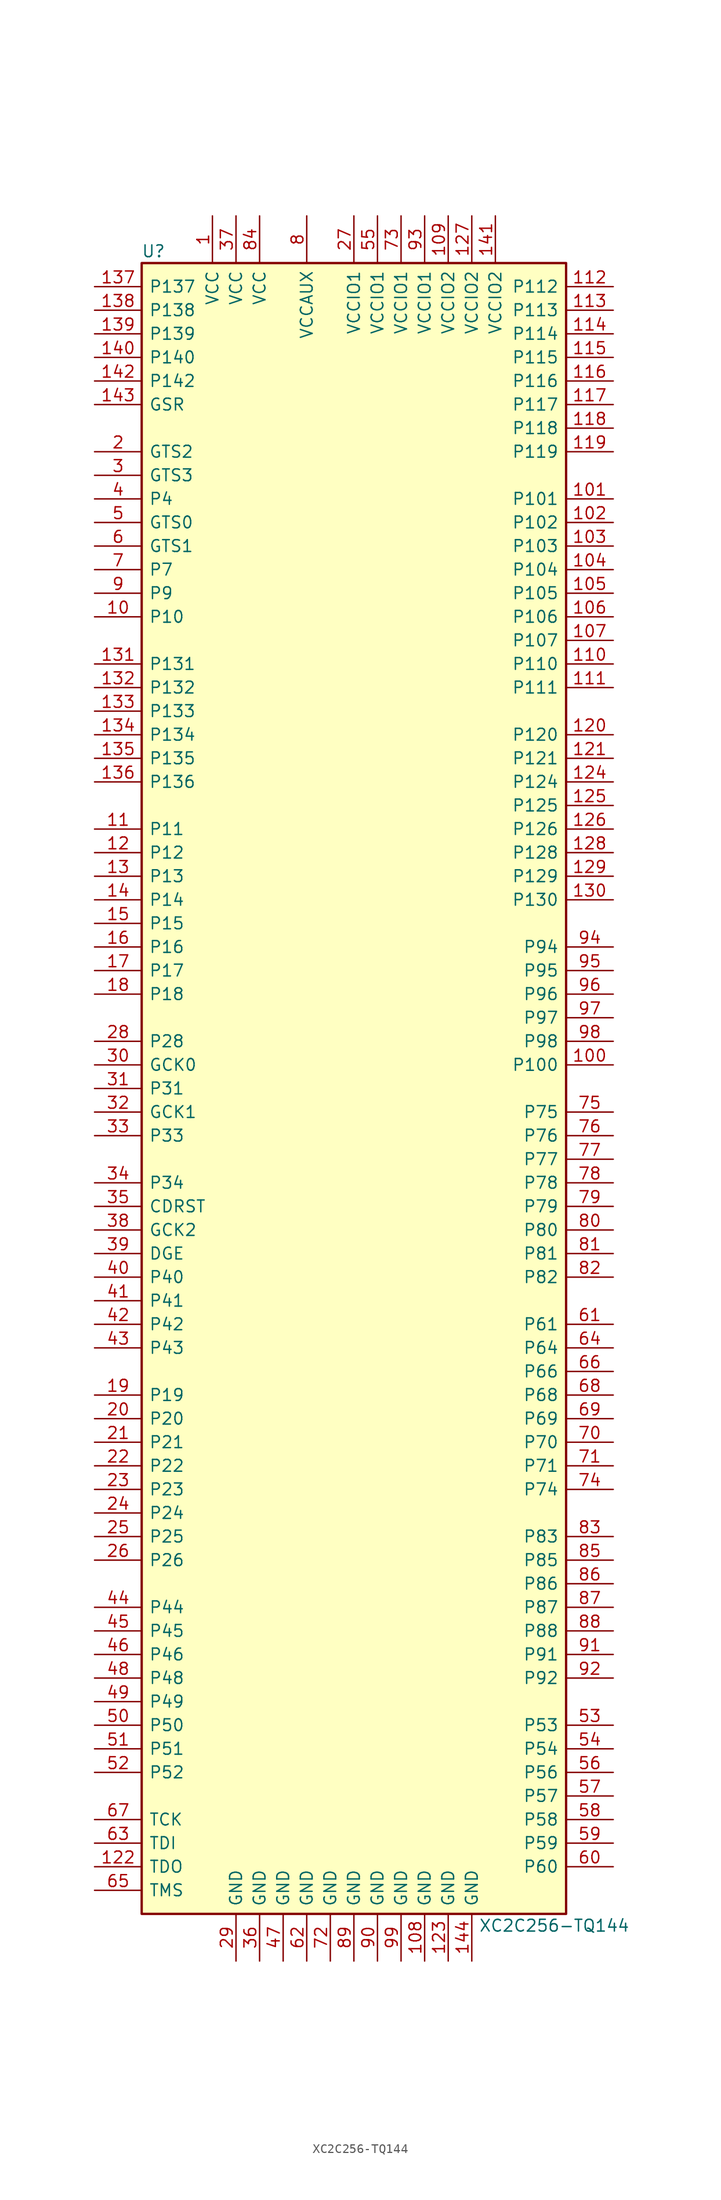
<source format=kicad_sym>
(kicad_symbol_lib
  (version 20201005)
  (generator kicad_symbol_editor)
  (symbol "XC2C256-TQ144"
    (pin_names
      (offset 0.762))
    (property "Reference" "U"
      (at -21.59 90.17 0)
      (effects (font (size 1.27 1.27))))
    (property "Value" "XC2C256-TQ144"
      (at 21.59 -90.17 0)
      (effects (font (size 1.27 1.27))))
    (symbol "XC2C256-TQ144_0_1"
      (rectangle (start -22.86 -88.9) (end 22.86 88.9) (stroke (width 0.254)) (fill (type background))))
    (symbol "XC2C256-TQ144_1_1"
      (pin power_in line (at -15.24 93.98 270) (length 5.08) (name "VCC" (effects (font (size 1.27 1.27)))) (number "1" (effects (font (size 1.27 1.27)))))
      (pin bidirectional line (at -27.94 50.8 0) (length 5.08) (name "P10" (effects (font (size 1.27 1.27)))) (number "10" (effects (font (size 1.27 1.27)))))
      (pin bidirectional line (at 27.94 2.54 180) (length 5.08) (name "P100" (effects (font (size 1.27 1.27)))) (number "100" (effects (font (size 1.27 1.27)))))
      (pin bidirectional line (at 27.94 63.5 180) (length 5.08) (name "P101" (effects (font (size 1.27 1.27)))) (number "101" (effects (font (size 1.27 1.27)))))
      (pin bidirectional line (at 27.94 60.96 180) (length 5.08) (name "P102" (effects (font (size 1.27 1.27)))) (number "102" (effects (font (size 1.27 1.27)))))
      (pin bidirectional line (at 27.94 58.42 180) (length 5.08) (name "P103" (effects (font (size 1.27 1.27)))) (number "103" (effects (font (size 1.27 1.27)))))
      (pin bidirectional line (at 27.94 55.88 180) (length 5.08) (name "P104" (effects (font (size 1.27 1.27)))) (number "104" (effects (font (size 1.27 1.27)))))
      (pin bidirectional line (at 27.94 53.34 180) (length 5.08) (name "P105" (effects (font (size 1.27 1.27)))) (number "105" (effects (font (size 1.27 1.27)))))
      (pin bidirectional line (at 27.94 50.8 180) (length 5.08) (name "P106" (effects (font (size 1.27 1.27)))) (number "106" (effects (font (size 1.27 1.27)))))
      (pin bidirectional line (at 27.94 48.26 180) (length 5.08) (name "P107" (effects (font (size 1.27 1.27)))) (number "107" (effects (font (size 1.27 1.27)))))
      (pin power_in line (at 7.62 -93.98 90) (length 5.08) (name "GND" (effects (font (size 1.27 1.27)))) (number "108" (effects (font (size 1.27 1.27)))))
      (pin power_in line (at 10.16 93.98 270) (length 5.08) (name "VCCIO2" (effects (font (size 1.27 1.27)))) (number "109" (effects (font (size 1.27 1.27)))))
      (pin bidirectional line (at -27.94 27.94 0) (length 5.08) (name "P11" (effects (font (size 1.27 1.27)))) (number "11" (effects (font (size 1.27 1.27)))))
      (pin bidirectional line (at 27.94 45.72 180) (length 5.08) (name "P110" (effects (font (size 1.27 1.27)))) (number "110" (effects (font (size 1.27 1.27)))))
      (pin bidirectional line (at 27.94 43.18 180) (length 5.08) (name "P111" (effects (font (size 1.27 1.27)))) (number "111" (effects (font (size 1.27 1.27)))))
      (pin bidirectional line (at 27.94 86.36 180) (length 5.08) (name "P112" (effects (font (size 1.27 1.27)))) (number "112" (effects (font (size 1.27 1.27)))))
      (pin bidirectional line (at 27.94 83.82 180) (length 5.08) (name "P113" (effects (font (size 1.27 1.27)))) (number "113" (effects (font (size 1.27 1.27)))))
      (pin bidirectional line (at 27.94 81.28 180) (length 5.08) (name "P114" (effects (font (size 1.27 1.27)))) (number "114" (effects (font (size 1.27 1.27)))))
      (pin bidirectional line (at 27.94 78.74 180) (length 5.08) (name "P115" (effects (font (size 1.27 1.27)))) (number "115" (effects (font (size 1.27 1.27)))))
      (pin bidirectional line (at 27.94 76.2 180) (length 5.08) (name "P116" (effects (font (size 1.27 1.27)))) (number "116" (effects (font (size 1.27 1.27)))))
      (pin bidirectional line (at 27.94 73.66 180) (length 5.08) (name "P117" (effects (font (size 1.27 1.27)))) (number "117" (effects (font (size 1.27 1.27)))))
      (pin bidirectional line (at 27.94 71.12 180) (length 5.08) (name "P118" (effects (font (size 1.27 1.27)))) (number "118" (effects (font (size 1.27 1.27)))))
      (pin bidirectional line (at 27.94 68.58 180) (length 5.08) (name "P119" (effects (font (size 1.27 1.27)))) (number "119" (effects (font (size 1.27 1.27)))))
      (pin bidirectional line (at -27.94 25.4 0) (length 5.08) (name "P12" (effects (font (size 1.27 1.27)))) (number "12" (effects (font (size 1.27 1.27)))))
      (pin bidirectional line (at 27.94 38.1 180) (length 5.08) (name "P120" (effects (font (size 1.27 1.27)))) (number "120" (effects (font (size 1.27 1.27)))))
      (pin bidirectional line (at 27.94 35.56 180) (length 5.08) (name "P121" (effects (font (size 1.27 1.27)))) (number "121" (effects (font (size 1.27 1.27)))))
      (pin bidirectional line (at -27.94 -83.82 0) (length 5.08) (name "TDO" (effects (font (size 1.27 1.27)))) (number "122" (effects (font (size 1.27 1.27)))))
      (pin power_in line (at 10.16 -93.98 90) (length 5.08) (name "GND" (effects (font (size 1.27 1.27)))) (number "123" (effects (font (size 1.27 1.27)))))
      (pin bidirectional line (at 27.94 33.02 180) (length 5.08) (name "P124" (effects (font (size 1.27 1.27)))) (number "124" (effects (font (size 1.27 1.27)))))
      (pin bidirectional line (at 27.94 30.48 180) (length 5.08) (name "P125" (effects (font (size 1.27 1.27)))) (number "125" (effects (font (size 1.27 1.27)))))
      (pin bidirectional line (at 27.94 27.94 180) (length 5.08) (name "P126" (effects (font (size 1.27 1.27)))) (number "126" (effects (font (size 1.27 1.27)))))
      (pin power_in line (at 12.7 93.98 270) (length 5.08) (name "VCCIO2" (effects (font (size 1.27 1.27)))) (number "127" (effects (font (size 1.27 1.27)))))
      (pin bidirectional line (at 27.94 25.4 180) (length 5.08) (name "P128" (effects (font (size 1.27 1.27)))) (number "128" (effects (font (size 1.27 1.27)))))
      (pin bidirectional line (at 27.94 22.86 180) (length 5.08) (name "P129" (effects (font (size 1.27 1.27)))) (number "129" (effects (font (size 1.27 1.27)))))
      (pin bidirectional line (at -27.94 22.86 0) (length 5.08) (name "P13" (effects (font (size 1.27 1.27)))) (number "13" (effects (font (size 1.27 1.27)))))
      (pin bidirectional line (at 27.94 20.32 180) (length 5.08) (name "P130" (effects (font (size 1.27 1.27)))) (number "130" (effects (font (size 1.27 1.27)))))
      (pin bidirectional line (at -27.94 45.72 0) (length 5.08) (name "P131" (effects (font (size 1.27 1.27)))) (number "131" (effects (font (size 1.27 1.27)))))
      (pin bidirectional line (at -27.94 43.18 0) (length 5.08) (name "P132" (effects (font (size 1.27 1.27)))) (number "132" (effects (font (size 1.27 1.27)))))
      (pin bidirectional line (at -27.94 40.64 0) (length 5.08) (name "P133" (effects (font (size 1.27 1.27)))) (number "133" (effects (font (size 1.27 1.27)))))
      (pin bidirectional line (at -27.94 38.1 0) (length 5.08) (name "P134" (effects (font (size 1.27 1.27)))) (number "134" (effects (font (size 1.27 1.27)))))
      (pin bidirectional line (at -27.94 35.56 0) (length 5.08) (name "P135" (effects (font (size 1.27 1.27)))) (number "135" (effects (font (size 1.27 1.27)))))
      (pin bidirectional line (at -27.94 33.02 0) (length 5.08) (name "P136" (effects (font (size 1.27 1.27)))) (number "136" (effects (font (size 1.27 1.27)))))
      (pin bidirectional line (at -27.94 86.36 0) (length 5.08) (name "P137" (effects (font (size 1.27 1.27)))) (number "137" (effects (font (size 1.27 1.27)))))
      (pin bidirectional line (at -27.94 83.82 0) (length 5.08) (name "P138" (effects (font (size 1.27 1.27)))) (number "138" (effects (font (size 1.27 1.27)))))
      (pin bidirectional line (at -27.94 81.28 0) (length 5.08) (name "P139" (effects (font (size 1.27 1.27)))) (number "139" (effects (font (size 1.27 1.27)))))
      (pin bidirectional line (at -27.94 20.32 0) (length 5.08) (name "P14" (effects (font (size 1.27 1.27)))) (number "14" (effects (font (size 1.27 1.27)))))
      (pin bidirectional line (at -27.94 78.74 0) (length 5.08) (name "P140" (effects (font (size 1.27 1.27)))) (number "140" (effects (font (size 1.27 1.27)))))
      (pin power_in line (at 15.24 93.98 270) (length 5.08) (name "VCCIO2" (effects (font (size 1.27 1.27)))) (number "141" (effects (font (size 1.27 1.27)))))
      (pin bidirectional line (at -27.94 76.2 0) (length 5.08) (name "P142" (effects (font (size 1.27 1.27)))) (number "142" (effects (font (size 1.27 1.27)))))
      (pin bidirectional line (at -27.94 73.66 0) (length 5.08) (name "GSR" (effects (font (size 1.27 1.27)))) (number "143" (effects (font (size 1.27 1.27)))))
      (pin power_in line (at 12.7 -93.98 90) (length 5.08) (name "GND" (effects (font (size 1.27 1.27)))) (number "144" (effects (font (size 1.27 1.27)))))
      (pin bidirectional line (at -27.94 17.78 0) (length 5.08) (name "P15" (effects (font (size 1.27 1.27)))) (number "15" (effects (font (size 1.27 1.27)))))
      (pin bidirectional line (at -27.94 15.24 0) (length 5.08) (name "P16" (effects (font (size 1.27 1.27)))) (number "16" (effects (font (size 1.27 1.27)))))
      (pin bidirectional line (at -27.94 12.7 0) (length 5.08) (name "P17" (effects (font (size 1.27 1.27)))) (number "17" (effects (font (size 1.27 1.27)))))
      (pin bidirectional line (at -27.94 10.16 0) (length 5.08) (name "P18" (effects (font (size 1.27 1.27)))) (number "18" (effects (font (size 1.27 1.27)))))
      (pin bidirectional line (at -27.94 -33.02 0) (length 5.08) (name "P19" (effects (font (size 1.27 1.27)))) (number "19" (effects (font (size 1.27 1.27)))))
      (pin bidirectional line (at -27.94 68.58 0) (length 5.08) (name "GTS2" (effects (font (size 1.27 1.27)))) (number "2" (effects (font (size 1.27 1.27)))))
      (pin bidirectional line (at -27.94 -35.56 0) (length 5.08) (name "P20" (effects (font (size 1.27 1.27)))) (number "20" (effects (font (size 1.27 1.27)))))
      (pin bidirectional line (at -27.94 -38.1 0) (length 5.08) (name "P21" (effects (font (size 1.27 1.27)))) (number "21" (effects (font (size 1.27 1.27)))))
      (pin bidirectional line (at -27.94 -40.64 0) (length 5.08) (name "P22" (effects (font (size 1.27 1.27)))) (number "22" (effects (font (size 1.27 1.27)))))
      (pin bidirectional line (at -27.94 -43.18 0) (length 5.08) (name "P23" (effects (font (size 1.27 1.27)))) (number "23" (effects (font (size 1.27 1.27)))))
      (pin bidirectional line (at -27.94 -45.72 0) (length 5.08) (name "P24" (effects (font (size 1.27 1.27)))) (number "24" (effects (font (size 1.27 1.27)))))
      (pin bidirectional line (at -27.94 -48.26 0) (length 5.08) (name "P25" (effects (font (size 1.27 1.27)))) (number "25" (effects (font (size 1.27 1.27)))))
      (pin bidirectional line (at -27.94 -50.8 0) (length 5.08) (name "P26" (effects (font (size 1.27 1.27)))) (number "26" (effects (font (size 1.27 1.27)))))
      (pin power_in line (at 0 93.98 270) (length 5.08) (name "VCCIO1" (effects (font (size 1.27 1.27)))) (number "27" (effects (font (size 1.27 1.27)))))
      (pin bidirectional line (at -27.94 5.08 0) (length 5.08) (name "P28" (effects (font (size 1.27 1.27)))) (number "28" (effects (font (size 1.27 1.27)))))
      (pin power_in line (at -12.7 -93.98 90) (length 5.08) (name "GND" (effects (font (size 1.27 1.27)))) (number "29" (effects (font (size 1.27 1.27)))))
      (pin bidirectional line (at -27.94 66.04 0) (length 5.08) (name "GTS3" (effects (font (size 1.27 1.27)))) (number "3" (effects (font (size 1.27 1.27)))))
      (pin bidirectional line (at -27.94 2.54 0) (length 5.08) (name "GCK0" (effects (font (size 1.27 1.27)))) (number "30" (effects (font (size 1.27 1.27)))))
      (pin bidirectional line (at -27.94 0 0) (length 5.08) (name "P31" (effects (font (size 1.27 1.27)))) (number "31" (effects (font (size 1.27 1.27)))))
      (pin bidirectional line (at -27.94 -2.54 0) (length 5.08) (name "GCK1" (effects (font (size 1.27 1.27)))) (number "32" (effects (font (size 1.27 1.27)))))
      (pin bidirectional line (at -27.94 -5.08 0) (length 5.08) (name "P33" (effects (font (size 1.27 1.27)))) (number "33" (effects (font (size 1.27 1.27)))))
      (pin bidirectional line (at -27.94 -10.16 0) (length 5.08) (name "P34" (effects (font (size 1.27 1.27)))) (number "34" (effects (font (size 1.27 1.27)))))
      (pin bidirectional line (at -27.94 -12.7 0) (length 5.08) (name "CDRST" (effects (font (size 1.27 1.27)))) (number "35" (effects (font (size 1.27 1.27)))))
      (pin power_in line (at -10.16 -93.98 90) (length 5.08) (name "GND" (effects (font (size 1.27 1.27)))) (number "36" (effects (font (size 1.27 1.27)))))
      (pin power_in line (at -12.7 93.98 270) (length 5.08) (name "VCC" (effects (font (size 1.27 1.27)))) (number "37" (effects (font (size 1.27 1.27)))))
      (pin bidirectional line (at -27.94 -15.24 0) (length 5.08) (name "GCK2" (effects (font (size 1.27 1.27)))) (number "38" (effects (font (size 1.27 1.27)))))
      (pin bidirectional line (at -27.94 -17.78 0) (length 5.08) (name "DGE" (effects (font (size 1.27 1.27)))) (number "39" (effects (font (size 1.27 1.27)))))
      (pin bidirectional line (at -27.94 63.5 0) (length 5.08) (name "P4" (effects (font (size 1.27 1.27)))) (number "4" (effects (font (size 1.27 1.27)))))
      (pin bidirectional line (at -27.94 -20.32 0) (length 5.08) (name "P40" (effects (font (size 1.27 1.27)))) (number "40" (effects (font (size 1.27 1.27)))))
      (pin bidirectional line (at -27.94 -22.86 0) (length 5.08) (name "P41" (effects (font (size 1.27 1.27)))) (number "41" (effects (font (size 1.27 1.27)))))
      (pin bidirectional line (at -27.94 -25.4 0) (length 5.08) (name "P42" (effects (font (size 1.27 1.27)))) (number "42" (effects (font (size 1.27 1.27)))))
      (pin bidirectional line (at -27.94 -27.94 0) (length 5.08) (name "P43" (effects (font (size 1.27 1.27)))) (number "43" (effects (font (size 1.27 1.27)))))
      (pin bidirectional line (at -27.94 -55.88 0) (length 5.08) (name "P44" (effects (font (size 1.27 1.27)))) (number "44" (effects (font (size 1.27 1.27)))))
      (pin bidirectional line (at -27.94 -58.42 0) (length 5.08) (name "P45" (effects (font (size 1.27 1.27)))) (number "45" (effects (font (size 1.27 1.27)))))
      (pin bidirectional line (at -27.94 -60.96 0) (length 5.08) (name "P46" (effects (font (size 1.27 1.27)))) (number "46" (effects (font (size 1.27 1.27)))))
      (pin power_in line (at -7.62 -93.98 90) (length 5.08) (name "GND" (effects (font (size 1.27 1.27)))) (number "47" (effects (font (size 1.27 1.27)))))
      (pin bidirectional line (at -27.94 -63.5 0) (length 5.08) (name "P48" (effects (font (size 1.27 1.27)))) (number "48" (effects (font (size 1.27 1.27)))))
      (pin bidirectional line (at -27.94 -66.04 0) (length 5.08) (name "P49" (effects (font (size 1.27 1.27)))) (number "49" (effects (font (size 1.27 1.27)))))
      (pin bidirectional line (at -27.94 60.96 0) (length 5.08) (name "GTS0" (effects (font (size 1.27 1.27)))) (number "5" (effects (font (size 1.27 1.27)))))
      (pin bidirectional line (at -27.94 -68.58 0) (length 5.08) (name "P50" (effects (font (size 1.27 1.27)))) (number "50" (effects (font (size 1.27 1.27)))))
      (pin bidirectional line (at -27.94 -71.12 0) (length 5.08) (name "P51" (effects (font (size 1.27 1.27)))) (number "51" (effects (font (size 1.27 1.27)))))
      (pin bidirectional line (at -27.94 -73.66 0) (length 5.08) (name "P52" (effects (font (size 1.27 1.27)))) (number "52" (effects (font (size 1.27 1.27)))))
      (pin bidirectional line (at 27.94 -68.58 180) (length 5.08) (name "P53" (effects (font (size 1.27 1.27)))) (number "53" (effects (font (size 1.27 1.27)))))
      (pin bidirectional line (at 27.94 -71.12 180) (length 5.08) (name "P54" (effects (font (size 1.27 1.27)))) (number "54" (effects (font (size 1.27 1.27)))))
      (pin power_in line (at 2.54 93.98 270) (length 5.08) (name "VCCIO1" (effects (font (size 1.27 1.27)))) (number "55" (effects (font (size 1.27 1.27)))))
      (pin bidirectional line (at 27.94 -73.66 180) (length 5.08) (name "P56" (effects (font (size 1.27 1.27)))) (number "56" (effects (font (size 1.27 1.27)))))
      (pin bidirectional line (at 27.94 -76.2 180) (length 5.08) (name "P57" (effects (font (size 1.27 1.27)))) (number "57" (effects (font (size 1.27 1.27)))))
      (pin bidirectional line (at 27.94 -78.74 180) (length 5.08) (name "P58" (effects (font (size 1.27 1.27)))) (number "58" (effects (font (size 1.27 1.27)))))
      (pin bidirectional line (at 27.94 -81.28 180) (length 5.08) (name "P59" (effects (font (size 1.27 1.27)))) (number "59" (effects (font (size 1.27 1.27)))))
      (pin bidirectional line (at -27.94 58.42 0) (length 5.08) (name "GTS1" (effects (font (size 1.27 1.27)))) (number "6" (effects (font (size 1.27 1.27)))))
      (pin bidirectional line (at 27.94 -83.82 180) (length 5.08) (name "P60" (effects (font (size 1.27 1.27)))) (number "60" (effects (font (size 1.27 1.27)))))
      (pin bidirectional line (at 27.94 -25.4 180) (length 5.08) (name "P61" (effects (font (size 1.27 1.27)))) (number "61" (effects (font (size 1.27 1.27)))))
      (pin power_in line (at -5.08 -93.98 90) (length 5.08) (name "GND" (effects (font (size 1.27 1.27)))) (number "62" (effects (font (size 1.27 1.27)))))
      (pin bidirectional line (at -27.94 -81.28 0) (length 5.08) (name "TDI" (effects (font (size 1.27 1.27)))) (number "63" (effects (font (size 1.27 1.27)))))
      (pin bidirectional line (at 27.94 -27.94 180) (length 5.08) (name "P64" (effects (font (size 1.27 1.27)))) (number "64" (effects (font (size 1.27 1.27)))))
      (pin bidirectional line (at -27.94 -86.36 0) (length 5.08) (name "TMS" (effects (font (size 1.27 1.27)))) (number "65" (effects (font (size 1.27 1.27)))))
      (pin bidirectional line (at 27.94 -30.48 180) (length 5.08) (name "P66" (effects (font (size 1.27 1.27)))) (number "66" (effects (font (size 1.27 1.27)))))
      (pin bidirectional line (at -27.94 -78.74 0) (length 5.08) (name "TCK" (effects (font (size 1.27 1.27)))) (number "67" (effects (font (size 1.27 1.27)))))
      (pin bidirectional line (at 27.94 -33.02 180) (length 5.08) (name "P68" (effects (font (size 1.27 1.27)))) (number "68" (effects (font (size 1.27 1.27)))))
      (pin bidirectional line (at 27.94 -35.56 180) (length 5.08) (name "P69" (effects (font (size 1.27 1.27)))) (number "69" (effects (font (size 1.27 1.27)))))
      (pin bidirectional line (at -27.94 55.88 0) (length 5.08) (name "P7" (effects (font (size 1.27 1.27)))) (number "7" (effects (font (size 1.27 1.27)))))
      (pin bidirectional line (at 27.94 -38.1 180) (length 5.08) (name "P70" (effects (font (size 1.27 1.27)))) (number "70" (effects (font (size 1.27 1.27)))))
      (pin bidirectional line (at 27.94 -40.64 180) (length 5.08) (name "P71" (effects (font (size 1.27 1.27)))) (number "71" (effects (font (size 1.27 1.27)))))
      (pin power_in line (at -2.54 -93.98 90) (length 5.08) (name "GND" (effects (font (size 1.27 1.27)))) (number "72" (effects (font (size 1.27 1.27)))))
      (pin power_in line (at 5.08 93.98 270) (length 5.08) (name "VCCIO1" (effects (font (size 1.27 1.27)))) (number "73" (effects (font (size 1.27 1.27)))))
      (pin bidirectional line (at 27.94 -43.18 180) (length 5.08) (name "P74" (effects (font (size 1.27 1.27)))) (number "74" (effects (font (size 1.27 1.27)))))
      (pin bidirectional line (at 27.94 -2.54 180) (length 5.08) (name "P75" (effects (font (size 1.27 1.27)))) (number "75" (effects (font (size 1.27 1.27)))))
      (pin bidirectional line (at 27.94 -5.08 180) (length 5.08) (name "P76" (effects (font (size 1.27 1.27)))) (number "76" (effects (font (size 1.27 1.27)))))
      (pin bidirectional line (at 27.94 -7.62 180) (length 5.08) (name "P77" (effects (font (size 1.27 1.27)))) (number "77" (effects (font (size 1.27 1.27)))))
      (pin bidirectional line (at 27.94 -10.16 180) (length 5.08) (name "P78" (effects (font (size 1.27 1.27)))) (number "78" (effects (font (size 1.27 1.27)))))
      (pin bidirectional line (at 27.94 -12.7 180) (length 5.08) (name "P79" (effects (font (size 1.27 1.27)))) (number "79" (effects (font (size 1.27 1.27)))))
      (pin power_in line (at -5.08 93.98 270) (length 5.08) (name "VCCAUX" (effects (font (size 1.27 1.27)))) (number "8" (effects (font (size 1.27 1.27)))))
      (pin bidirectional line (at 27.94 -15.24 180) (length 5.08) (name "P80" (effects (font (size 1.27 1.27)))) (number "80" (effects (font (size 1.27 1.27)))))
      (pin bidirectional line (at 27.94 -17.78 180) (length 5.08) (name "P81" (effects (font (size 1.27 1.27)))) (number "81" (effects (font (size 1.27 1.27)))))
      (pin bidirectional line (at 27.94 -20.32 180) (length 5.08) (name "P82" (effects (font (size 1.27 1.27)))) (number "82" (effects (font (size 1.27 1.27)))))
      (pin bidirectional line (at 27.94 -48.26 180) (length 5.08) (name "P83" (effects (font (size 1.27 1.27)))) (number "83" (effects (font (size 1.27 1.27)))))
      (pin power_in line (at -10.16 93.98 270) (length 5.08) (name "VCC" (effects (font (size 1.27 1.27)))) (number "84" (effects (font (size 1.27 1.27)))))
      (pin bidirectional line (at 27.94 -50.8 180) (length 5.08) (name "P85" (effects (font (size 1.27 1.27)))) (number "85" (effects (font (size 1.27 1.27)))))
      (pin bidirectional line (at 27.94 -53.34 180) (length 5.08) (name "P86" (effects (font (size 1.27 1.27)))) (number "86" (effects (font (size 1.27 1.27)))))
      (pin bidirectional line (at 27.94 -55.88 180) (length 5.08) (name "P87" (effects (font (size 1.27 1.27)))) (number "87" (effects (font (size 1.27 1.27)))))
      (pin bidirectional line (at 27.94 -58.42 180) (length 5.08) (name "P88" (effects (font (size 1.27 1.27)))) (number "88" (effects (font (size 1.27 1.27)))))
      (pin power_in line (at 0 -93.98 90) (length 5.08) (name "GND" (effects (font (size 1.27 1.27)))) (number "89" (effects (font (size 1.27 1.27)))))
      (pin bidirectional line (at -27.94 53.34 0) (length 5.08) (name "P9" (effects (font (size 1.27 1.27)))) (number "9" (effects (font (size 1.27 1.27)))))
      (pin power_in line (at 2.54 -93.98 90) (length 5.08) (name "GND" (effects (font (size 1.27 1.27)))) (number "90" (effects (font (size 1.27 1.27)))))
      (pin bidirectional line (at 27.94 -60.96 180) (length 5.08) (name "P91" (effects (font (size 1.27 1.27)))) (number "91" (effects (font (size 1.27 1.27)))))
      (pin bidirectional line (at 27.94 -63.5 180) (length 5.08) (name "P92" (effects (font (size 1.27 1.27)))) (number "92" (effects (font (size 1.27 1.27)))))
      (pin power_in line (at 7.62 93.98 270) (length 5.08) (name "VCCIO1" (effects (font (size 1.27 1.27)))) (number "93" (effects (font (size 1.27 1.27)))))
      (pin bidirectional line (at 27.94 15.24 180) (length 5.08) (name "P94" (effects (font (size 1.27 1.27)))) (number "94" (effects (font (size 1.27 1.27)))))
      (pin bidirectional line (at 27.94 12.7 180) (length 5.08) (name "P95" (effects (font (size 1.27 1.27)))) (number "95" (effects (font (size 1.27 1.27)))))
      (pin bidirectional line (at 27.94 10.16 180) (length 5.08) (name "P96" (effects (font (size 1.27 1.27)))) (number "96" (effects (font (size 1.27 1.27)))))
      (pin bidirectional line (at 27.94 7.62 180) (length 5.08) (name "P97" (effects (font (size 1.27 1.27)))) (number "97" (effects (font (size 1.27 1.27)))))
      (pin bidirectional line (at 27.94 5.08 180) (length 5.08) (name "P98" (effects (font (size 1.27 1.27)))) (number "98" (effects (font (size 1.27 1.27)))))
      (pin power_in line (at 5.08 -93.98 90) (length 5.08) (name "GND" (effects (font (size 1.27 1.27)))) (number "99" (effects (font (size 1.27 1.27))))))))
</source>
